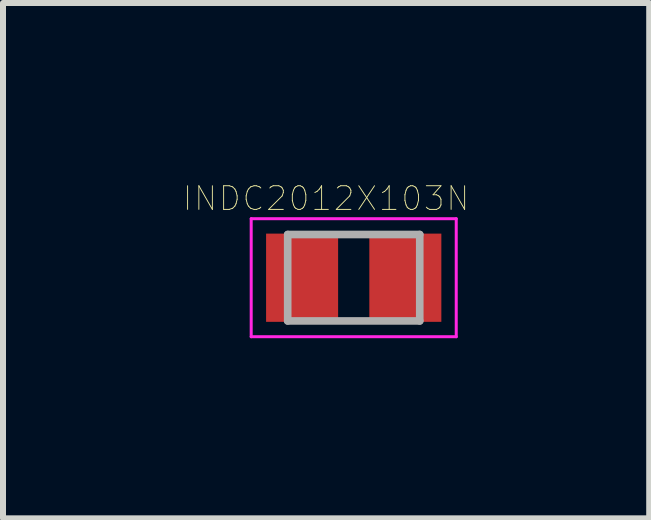
<source format=kicad_pcb>
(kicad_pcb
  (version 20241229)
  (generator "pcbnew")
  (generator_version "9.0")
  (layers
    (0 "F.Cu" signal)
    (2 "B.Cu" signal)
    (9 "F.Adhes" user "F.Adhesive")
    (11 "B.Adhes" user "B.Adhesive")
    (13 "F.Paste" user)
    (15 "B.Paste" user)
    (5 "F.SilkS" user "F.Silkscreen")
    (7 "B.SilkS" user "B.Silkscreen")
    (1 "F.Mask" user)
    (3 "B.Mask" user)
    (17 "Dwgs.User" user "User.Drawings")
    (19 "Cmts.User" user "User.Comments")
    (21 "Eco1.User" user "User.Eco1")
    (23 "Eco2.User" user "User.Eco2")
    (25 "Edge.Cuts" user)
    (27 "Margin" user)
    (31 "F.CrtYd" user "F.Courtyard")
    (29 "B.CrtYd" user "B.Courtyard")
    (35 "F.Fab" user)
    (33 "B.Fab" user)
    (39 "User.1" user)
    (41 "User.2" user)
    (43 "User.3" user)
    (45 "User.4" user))
  (footprint "INDC2012X103N"
    (layer "F.Cu")
    (at 2.843 1.577)
    (property "Reference" "INDC2012X103N" (at -0.46 -1.32 0) (layer "F.SilkS") (effects (font (size 0.394 0.394) (thickness 0.015))))
    (attr through_hole)
    (fp_line (start -1.708 -0.983) (end 1.708 -0.983) (stroke (width 0.05) (type solid)) (layer "F.CrtYd"))
    (fp_line (start -1.708 0.983) (end -1.708 -0.983) (stroke (width 0.05) (type solid)) (layer "F.CrtYd"))
    (fp_line (start -1.708 0.983) (end 1.708 0.983) (stroke (width 0.05) (type solid)) (layer "F.CrtYd"))
    (fp_line (start 1.708 0.983) (end 1.708 -0.983) (stroke (width 0.05) (type solid)) (layer "F.CrtYd"))
    (fp_line (start -1.1 0.72) (end -1.1 -0.72) (stroke (width 0.127) (type solid)) (layer "F.Fab"))
    (fp_line (start 1.1 -0.72) (end -1.1 -0.72) (stroke (width 0.127) (type solid)) (layer "F.Fab"))
    (fp_line (start 1.1 0.72) (end -1.1 0.72) (stroke (width 0.127) (type solid)) (layer "F.Fab"))
    (fp_line (start 1.1 0.72) (end 1.1 -0.72) (stroke (width 0.127) (type solid)) (layer "F.Fab"))
    (pad "1" smd rect (at -0.86 0) (size 1.2 1.47) (layers "F.Cu" "F.Mask" "F.Paste"))
    (pad "2" smd rect (at 0.86 0) (size 1.2 1.47) (layers "F.Cu" "F.Mask" "F.Paste")))
  (gr_rect
    (start -3 -3)
    (end 7.766 5.585)
    (stroke (width 0.1) (type default))
    (fill no)
    (layer "Edge.Cuts")))
</source>
